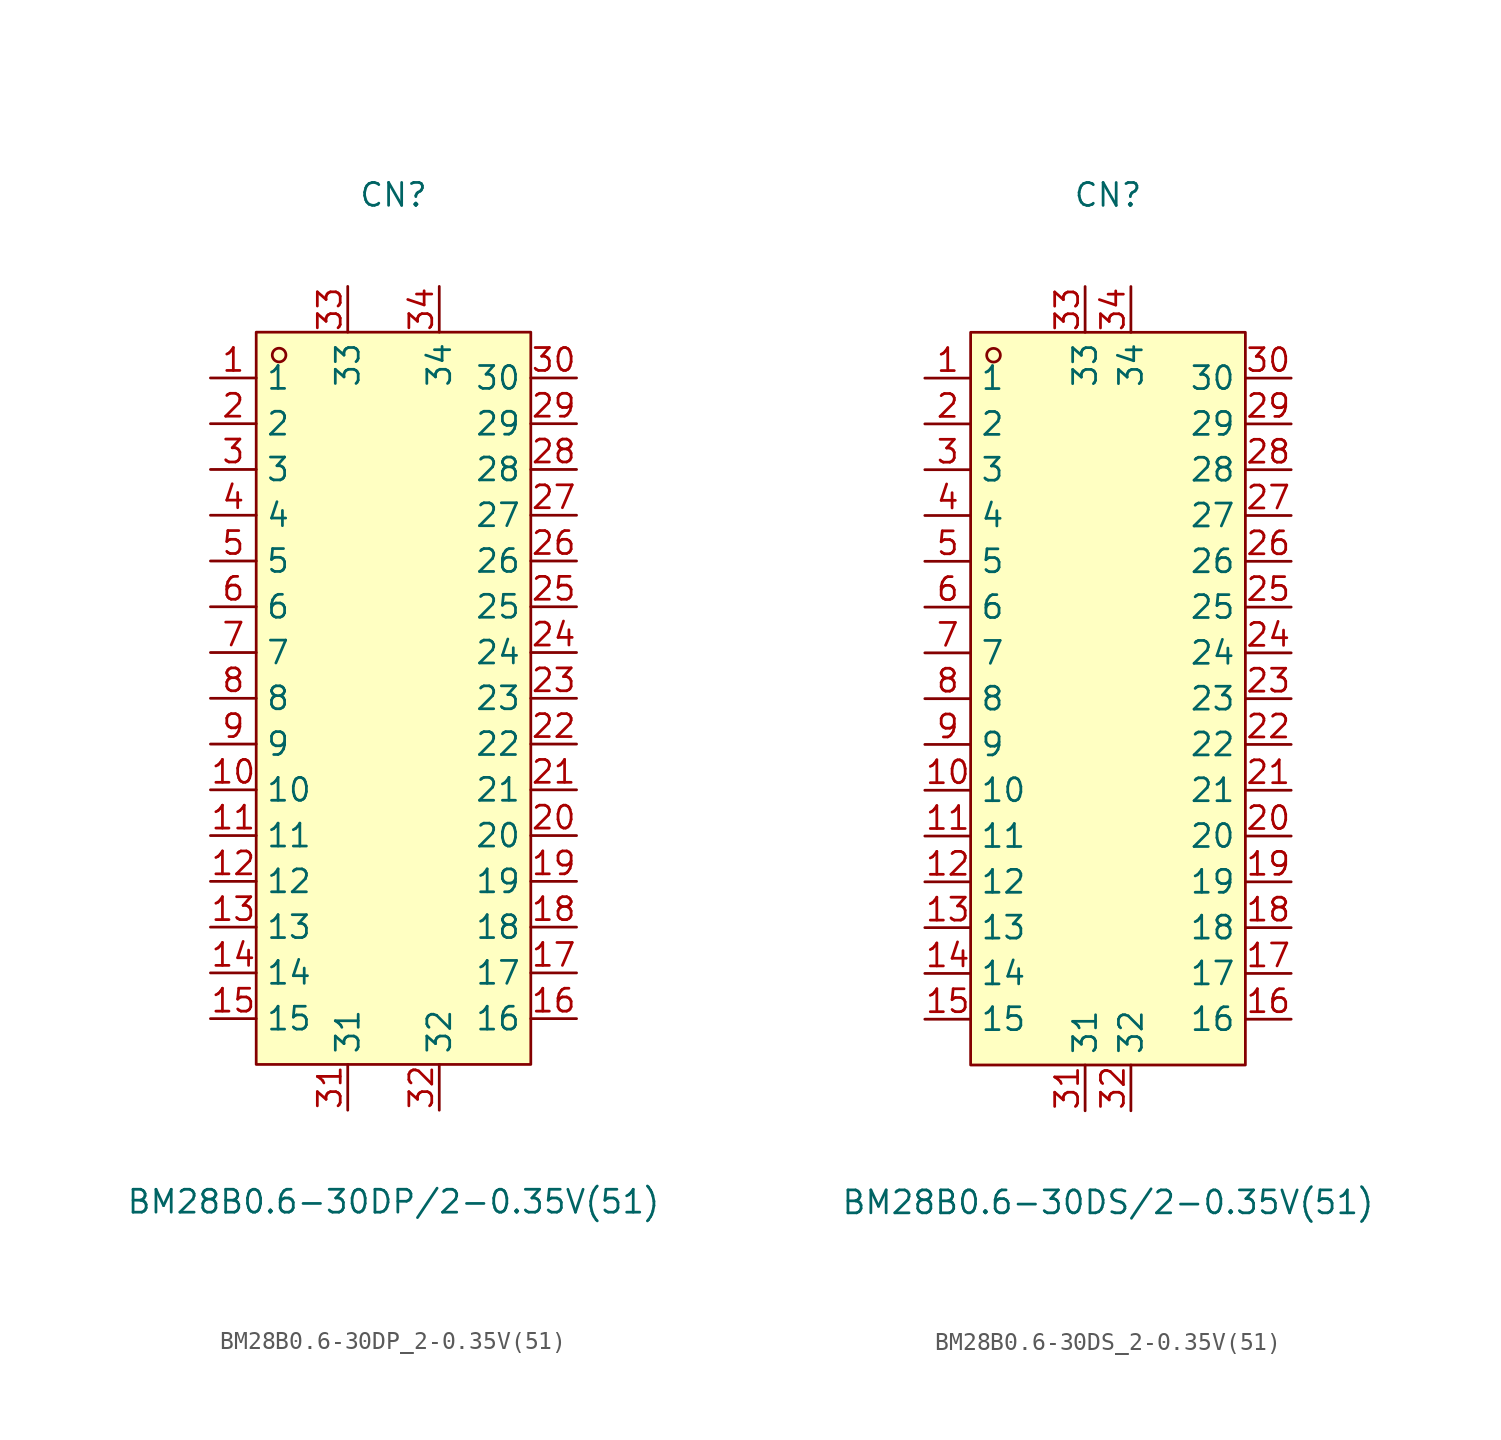
<source format=kicad_sym>
(kicad_symbol_lib
  (version 20231120)
  (generator "kicad_symbol_editor")
  (generator_version "8.0")
  (symbol "BM28B0.6-30DP_2-0.35V(51)"
    (property "Reference" "CN"
      (at 0 27.94 0)
      (effects (font (size 1.27 1.27))))
    (property "Value" "BM28B0.6-30DP/2-0.35V(51)"
      (at 0 -27.94 0)
      (effects (font (size 1.27 1.27))))
    (symbol "BM28B0.6-30DP_2-0.35V(51)_0_1"
      (rectangle (start -7.62 20.32) (end 7.62 -20.32) (stroke (width 0) (type default)) (fill (type background)))
      (circle (center -6.35 19.05) (radius 0.38) (stroke (width 0) (type default)) (fill (type none)))
      (pin unspecified line (at -10.16 17.78 0) (length 2.54) (name "1" (effects (font (size 1.27 1.27)))) (number "1" (effects (font (size 1.27 1.27)))))
      (pin unspecified line (at -10.16 -5.08 0) (length 2.54) (name "10" (effects (font (size 1.27 1.27)))) (number "10" (effects (font (size 1.27 1.27)))))
      (pin unspecified line (at -10.16 -7.62 0) (length 2.54) (name "11" (effects (font (size 1.27 1.27)))) (number "11" (effects (font (size 1.27 1.27)))))
      (pin unspecified line (at -10.16 -10.16 0) (length 2.54) (name "12" (effects (font (size 1.27 1.27)))) (number "12" (effects (font (size 1.27 1.27)))))
      (pin unspecified line (at -10.16 -12.7 0) (length 2.54) (name "13" (effects (font (size 1.27 1.27)))) (number "13" (effects (font (size 1.27 1.27)))))
      (pin unspecified line (at -10.16 -15.24 0) (length 2.54) (name "14" (effects (font (size 1.27 1.27)))) (number "14" (effects (font (size 1.27 1.27)))))
      (pin unspecified line (at -10.16 -17.78 0) (length 2.54) (name "15" (effects (font (size 1.27 1.27)))) (number "15" (effects (font (size 1.27 1.27)))))
      (pin unspecified line (at 10.16 -17.78 180) (length 2.54) (name "16" (effects (font (size 1.27 1.27)))) (number "16" (effects (font (size 1.27 1.27)))))
      (pin unspecified line (at 10.16 -15.24 180) (length 2.54) (name "17" (effects (font (size 1.27 1.27)))) (number "17" (effects (font (size 1.27 1.27)))))
      (pin unspecified line (at 10.16 -12.7 180) (length 2.54) (name "18" (effects (font (size 1.27 1.27)))) (number "18" (effects (font (size 1.27 1.27)))))
      (pin unspecified line (at 10.16 -10.16 180) (length 2.54) (name "19" (effects (font (size 1.27 1.27)))) (number "19" (effects (font (size 1.27 1.27)))))
      (pin unspecified line (at -10.16 15.24 0) (length 2.54) (name "2" (effects (font (size 1.27 1.27)))) (number "2" (effects (font (size 1.27 1.27)))))
      (pin unspecified line (at 10.16 -7.62 180) (length 2.54) (name "20" (effects (font (size 1.27 1.27)))) (number "20" (effects (font (size 1.27 1.27)))))
      (pin unspecified line (at 10.16 -5.08 180) (length 2.54) (name "21" (effects (font (size 1.27 1.27)))) (number "21" (effects (font (size 1.27 1.27)))))
      (pin unspecified line (at 10.16 -2.54 180) (length 2.54) (name "22" (effects (font (size 1.27 1.27)))) (number "22" (effects (font (size 1.27 1.27)))))
      (pin unspecified line (at 10.16 0 180) (length 2.54) (name "23" (effects (font (size 1.27 1.27)))) (number "23" (effects (font (size 1.27 1.27)))))
      (pin unspecified line (at 10.16 2.54 180) (length 2.54) (name "24" (effects (font (size 1.27 1.27)))) (number "24" (effects (font (size 1.27 1.27)))))
      (pin unspecified line (at 10.16 5.08 180) (length 2.54) (name "25" (effects (font (size 1.27 1.27)))) (number "25" (effects (font (size 1.27 1.27)))))
      (pin unspecified line (at 10.16 7.62 180) (length 2.54) (name "26" (effects (font (size 1.27 1.27)))) (number "26" (effects (font (size 1.27 1.27)))))
      (pin unspecified line (at 10.16 10.16 180) (length 2.54) (name "27" (effects (font (size 1.27 1.27)))) (number "27" (effects (font (size 1.27 1.27)))))
      (pin unspecified line (at 10.16 12.7 180) (length 2.54) (name "28" (effects (font (size 1.27 1.27)))) (number "28" (effects (font (size 1.27 1.27)))))
      (pin unspecified line (at 10.16 15.24 180) (length 2.54) (name "29" (effects (font (size 1.27 1.27)))) (number "29" (effects (font (size 1.27 1.27)))))
      (pin unspecified line (at -10.16 12.7 0) (length 2.54) (name "3" (effects (font (size 1.27 1.27)))) (number "3" (effects (font (size 1.27 1.27)))))
      (pin unspecified line (at 10.16 17.78 180) (length 2.54) (name "30" (effects (font (size 1.27 1.27)))) (number "30" (effects (font (size 1.27 1.27)))))
      (pin unspecified line (at -2.54 -22.86 90) (length 2.54) (name "31" (effects (font (size 1.27 1.27)))) (number "31" (effects (font (size 1.27 1.27)))))
      (pin unspecified line (at 2.54 -22.86 90) (length 2.54) (name "32" (effects (font (size 1.27 1.27)))) (number "32" (effects (font (size 1.27 1.27)))))
      (pin unspecified line (at -2.54 22.86 270) (length 2.54) (name "33" (effects (font (size 1.27 1.27)))) (number "33" (effects (font (size 1.27 1.27)))))
      (pin unspecified line (at 2.54 22.86 270) (length 2.54) (name "34" (effects (font (size 1.27 1.27)))) (number "34" (effects (font (size 1.27 1.27)))))
      (pin unspecified line (at -10.16 10.16 0) (length 2.54) (name "4" (effects (font (size 1.27 1.27)))) (number "4" (effects (font (size 1.27 1.27)))))
      (pin unspecified line (at -10.16 7.62 0) (length 2.54) (name "5" (effects (font (size 1.27 1.27)))) (number "5" (effects (font (size 1.27 1.27)))))
      (pin unspecified line (at -10.16 5.08 0) (length 2.54) (name "6" (effects (font (size 1.27 1.27)))) (number "6" (effects (font (size 1.27 1.27)))))
      (pin unspecified line (at -10.16 2.54 0) (length 2.54) (name "7" (effects (font (size 1.27 1.27)))) (number "7" (effects (font (size 1.27 1.27)))))
      (pin unspecified line (at -10.16 0 0) (length 2.54) (name "8" (effects (font (size 1.27 1.27)))) (number "8" (effects (font (size 1.27 1.27)))))
      (pin unspecified line (at -10.16 -2.54 0) (length 2.54) (name "9" (effects (font (size 1.27 1.27)))) (number "9" (effects (font (size 1.27 1.27)))))))
  (symbol "BM28B0.6-30DS_2-0.35V(51)"
    (property "Reference" "CN"
      (at 0 27.94 0)
      (effects (font (size 1.27 1.27))))
    (property "Value" "BM28B0.6-30DS/2-0.35V(51)"
      (at 0 -27.94 0)
      (effects (font (size 1.27 1.27))))
    (symbol "BM28B0.6-30DS_2-0.35V(51)_0_1"
      (rectangle (start -7.62 20.32) (end 7.62 -20.32) (stroke (width 0) (type default)) (fill (type background)))
      (circle (center -6.35 19.05) (radius 0.38) (stroke (width 0) (type default)) (fill (type none)))
      (pin unspecified line (at -10.16 17.78 0) (length 2.54) (name "1" (effects (font (size 1.27 1.27)))) (number "1" (effects (font (size 1.27 1.27)))))
      (pin unspecified line (at -10.16 -5.08 0) (length 2.54) (name "10" (effects (font (size 1.27 1.27)))) (number "10" (effects (font (size 1.27 1.27)))))
      (pin unspecified line (at -10.16 -7.62 0) (length 2.54) (name "11" (effects (font (size 1.27 1.27)))) (number "11" (effects (font (size 1.27 1.27)))))
      (pin unspecified line (at -10.16 -10.16 0) (length 2.54) (name "12" (effects (font (size 1.27 1.27)))) (number "12" (effects (font (size 1.27 1.27)))))
      (pin unspecified line (at -10.16 -12.7 0) (length 2.54) (name "13" (effects (font (size 1.27 1.27)))) (number "13" (effects (font (size 1.27 1.27)))))
      (pin unspecified line (at -10.16 -15.24 0) (length 2.54) (name "14" (effects (font (size 1.27 1.27)))) (number "14" (effects (font (size 1.27 1.27)))))
      (pin unspecified line (at -10.16 -17.78 0) (length 2.54) (name "15" (effects (font (size 1.27 1.27)))) (number "15" (effects (font (size 1.27 1.27)))))
      (pin unspecified line (at 10.16 -17.78 180) (length 2.54) (name "16" (effects (font (size 1.27 1.27)))) (number "16" (effects (font (size 1.27 1.27)))))
      (pin unspecified line (at 10.16 -15.24 180) (length 2.54) (name "17" (effects (font (size 1.27 1.27)))) (number "17" (effects (font (size 1.27 1.27)))))
      (pin unspecified line (at 10.16 -12.7 180) (length 2.54) (name "18" (effects (font (size 1.27 1.27)))) (number "18" (effects (font (size 1.27 1.27)))))
      (pin unspecified line (at 10.16 -10.16 180) (length 2.54) (name "19" (effects (font (size 1.27 1.27)))) (number "19" (effects (font (size 1.27 1.27)))))
      (pin unspecified line (at -10.16 15.24 0) (length 2.54) (name "2" (effects (font (size 1.27 1.27)))) (number "2" (effects (font (size 1.27 1.27)))))
      (pin unspecified line (at 10.16 -7.62 180) (length 2.54) (name "20" (effects (font (size 1.27 1.27)))) (number "20" (effects (font (size 1.27 1.27)))))
      (pin unspecified line (at 10.16 -5.08 180) (length 2.54) (name "21" (effects (font (size 1.27 1.27)))) (number "21" (effects (font (size 1.27 1.27)))))
      (pin unspecified line (at 10.16 -2.54 180) (length 2.54) (name "22" (effects (font (size 1.27 1.27)))) (number "22" (effects (font (size 1.27 1.27)))))
      (pin unspecified line (at 10.16 0 180) (length 2.54) (name "23" (effects (font (size 1.27 1.27)))) (number "23" (effects (font (size 1.27 1.27)))))
      (pin unspecified line (at 10.16 2.54 180) (length 2.54) (name "24" (effects (font (size 1.27 1.27)))) (number "24" (effects (font (size 1.27 1.27)))))
      (pin unspecified line (at 10.16 5.08 180) (length 2.54) (name "25" (effects (font (size 1.27 1.27)))) (number "25" (effects (font (size 1.27 1.27)))))
      (pin unspecified line (at 10.16 7.62 180) (length 2.54) (name "26" (effects (font (size 1.27 1.27)))) (number "26" (effects (font (size 1.27 1.27)))))
      (pin unspecified line (at 10.16 10.16 180) (length 2.54) (name "27" (effects (font (size 1.27 1.27)))) (number "27" (effects (font (size 1.27 1.27)))))
      (pin unspecified line (at 10.16 12.7 180) (length 2.54) (name "28" (effects (font (size 1.27 1.27)))) (number "28" (effects (font (size 1.27 1.27)))))
      (pin unspecified line (at 10.16 15.24 180) (length 2.54) (name "29" (effects (font (size 1.27 1.27)))) (number "29" (effects (font (size 1.27 1.27)))))
      (pin unspecified line (at -10.16 12.7 0) (length 2.54) (name "3" (effects (font (size 1.27 1.27)))) (number "3" (effects (font (size 1.27 1.27)))))
      (pin unspecified line (at 10.16 17.78 180) (length 2.54) (name "30" (effects (font (size 1.27 1.27)))) (number "30" (effects (font (size 1.27 1.27)))))
      (pin unspecified line (at -1.27 -22.86 90) (length 2.54) (name "31" (effects (font (size 1.27 1.27)))) (number "31" (effects (font (size 1.27 1.27)))))
      (pin unspecified line (at 1.27 -22.86 90) (length 2.54) (name "32" (effects (font (size 1.27 1.27)))) (number "32" (effects (font (size 1.27 1.27)))))
      (pin unspecified line (at -1.27 22.86 270) (length 2.54) (name "33" (effects (font (size 1.27 1.27)))) (number "33" (effects (font (size 1.27 1.27)))))
      (pin unspecified line (at 1.27 22.86 270) (length 2.54) (name "34" (effects (font (size 1.27 1.27)))) (number "34" (effects (font (size 1.27 1.27)))))
      (pin unspecified line (at -10.16 10.16 0) (length 2.54) (name "4" (effects (font (size 1.27 1.27)))) (number "4" (effects (font (size 1.27 1.27)))))
      (pin unspecified line (at -10.16 7.62 0) (length 2.54) (name "5" (effects (font (size 1.27 1.27)))) (number "5" (effects (font (size 1.27 1.27)))))
      (pin unspecified line (at -10.16 5.08 0) (length 2.54) (name "6" (effects (font (size 1.27 1.27)))) (number "6" (effects (font (size 1.27 1.27)))))
      (pin unspecified line (at -10.16 2.54 0) (length 2.54) (name "7" (effects (font (size 1.27 1.27)))) (number "7" (effects (font (size 1.27 1.27)))))
      (pin unspecified line (at -10.16 0 0) (length 2.54) (name "8" (effects (font (size 1.27 1.27)))) (number "8" (effects (font (size 1.27 1.27)))))
      (pin unspecified line (at -10.16 -2.54 0) (length 2.54) (name "9" (effects (font (size 1.27 1.27)))) (number "9" (effects (font (size 1.27 1.27))))))))
</source>
